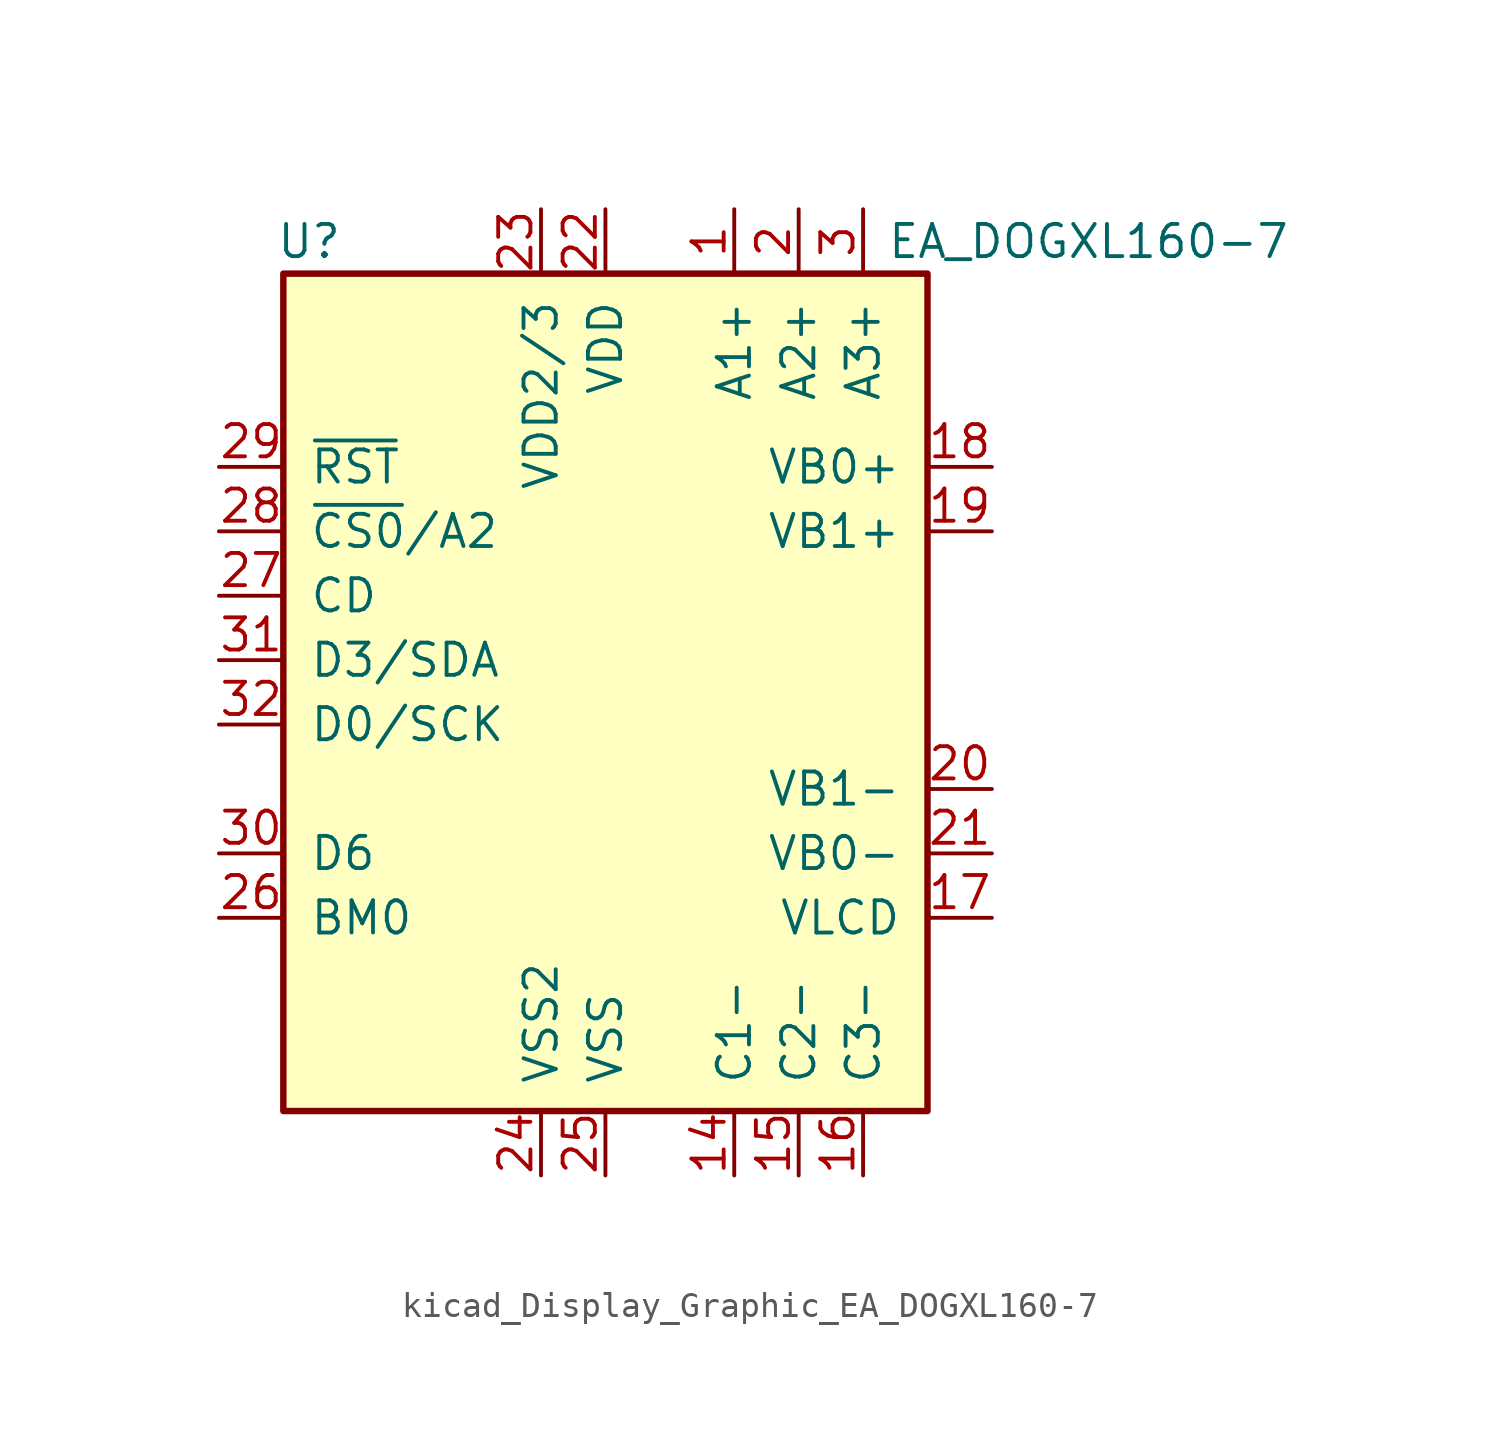
<source format=kicad_sym>
(kicad_symbol_lib
  (version 20220914)
  (generator kicad_symbol_editor)
  (symbol "kicad_Display_Graphic_EA_DOGXL160-7"
    (pin_names
      (offset 1.016))
    (property "Reference" "U"
      (at -11.684 16.51 0)
      (effects (font (size 1.27 1.27))))
    (property "Value" "EA_DOGXL160-7"
      (at 19.05 16.51 0)
      (effects (font (size 1.27 1.27))))
    (symbol "kicad_Display_Graphic_EA_DOGXL160-7_0_1"
      (rectangle (start -12.7 15.24) (end 12.7 -17.78) (stroke (width 0.254) (type default)) (fill (type background))))
    (symbol "kicad_Display_Graphic_EA_DOGXL160-7_1_1"
      (pin power_in line (at 5.08 17.78 270) (length 2.54) (name "A1+" (effects (font (size 1.27 1.27)))) (number "1" (effects (font (size 1.27 1.27)))))
      (pin power_in line (at 5.08 -20.32 90) (length 2.54) (name "C1-" (effects (font (size 1.27 1.27)))) (number "14" (effects (font (size 1.27 1.27)))))
      (pin power_in line (at 7.62 -20.32 90) (length 2.54) (name "C2-" (effects (font (size 1.27 1.27)))) (number "15" (effects (font (size 1.27 1.27)))))
      (pin power_in line (at 10.16 -20.32 90) (length 2.54) (name "C3-" (effects (font (size 1.27 1.27)))) (number "16" (effects (font (size 1.27 1.27)))))
      (pin passive line (at 15.24 -10.16 180) (length 2.54) (name "VLCD" (effects (font (size 1.27 1.27)))) (number "17" (effects (font (size 1.27 1.27)))))
      (pin passive line (at 15.24 7.62 180) (length 2.54) (name "VB0+" (effects (font (size 1.27 1.27)))) (number "18" (effects (font (size 1.27 1.27)))))
      (pin passive line (at 15.24 5.08 180) (length 2.54) (name "VB1+" (effects (font (size 1.27 1.27)))) (number "19" (effects (font (size 1.27 1.27)))))
      (pin power_in line (at 7.62 17.78 270) (length 2.54) (name "A2+" (effects (font (size 1.27 1.27)))) (number "2" (effects (font (size 1.27 1.27)))))
      (pin passive line (at 15.24 -5.08 180) (length 2.54) (name "VB1-" (effects (font (size 1.27 1.27)))) (number "20" (effects (font (size 1.27 1.27)))))
      (pin passive line (at 15.24 -7.62 180) (length 2.54) (name "VB0-" (effects (font (size 1.27 1.27)))) (number "21" (effects (font (size 1.27 1.27)))))
      (pin power_in line (at 0 17.78 270) (length 2.54) (name "VDD" (effects (font (size 1.27 1.27)))) (number "22" (effects (font (size 1.27 1.27)))))
      (pin power_in line (at -2.54 17.78 270) (length 2.54) (name "VDD2/3" (effects (font (size 1.27 1.27)))) (number "23" (effects (font (size 1.27 1.27)))))
      (pin power_in line (at -2.54 -20.32 90) (length 2.54) (name "VSS2" (effects (font (size 1.27 1.27)))) (number "24" (effects (font (size 1.27 1.27)))))
      (pin power_in line (at 0 -20.32 90) (length 2.54) (name "VSS" (effects (font (size 1.27 1.27)))) (number "25" (effects (font (size 1.27 1.27)))))
      (pin input line (at -15.24 -10.16 0) (length 2.54) (name "BM0" (effects (font (size 1.27 1.27)))) (number "26" (effects (font (size 1.27 1.27)))))
      (pin input line (at -15.24 2.54 0) (length 2.54) (name "CD" (effects (font (size 1.27 1.27)))) (number "27" (effects (font (size 1.27 1.27)))))
      (pin input line (at -15.24 5.08 0) (length 2.54) (name "~{CS0}/A2" (effects (font (size 1.27 1.27)))) (number "28" (effects (font (size 1.27 1.27)))))
      (pin input line (at -15.24 7.62 0) (length 2.54) (name "~{RST}" (effects (font (size 1.27 1.27)))) (number "29" (effects (font (size 1.27 1.27)))))
      (pin power_in line (at 10.16 17.78 270) (length 2.54) (name "A3+" (effects (font (size 1.27 1.27)))) (number "3" (effects (font (size 1.27 1.27)))))
      (pin input line (at -15.24 -7.62 0) (length 2.54) (name "D6" (effects (font (size 1.27 1.27)))) (number "30" (effects (font (size 1.27 1.27)))))
      (pin bidirectional line (at -15.24 0 0) (length 2.54) (name "D3/SDA" (effects (font (size 1.27 1.27)))) (number "31" (effects (font (size 1.27 1.27)))))
      (pin input line (at -15.24 -2.54 0) (length 2.54) (name "D0/SCK" (effects (font (size 1.27 1.27)))) (number "32" (effects (font (size 1.27 1.27))))))))
</source>
